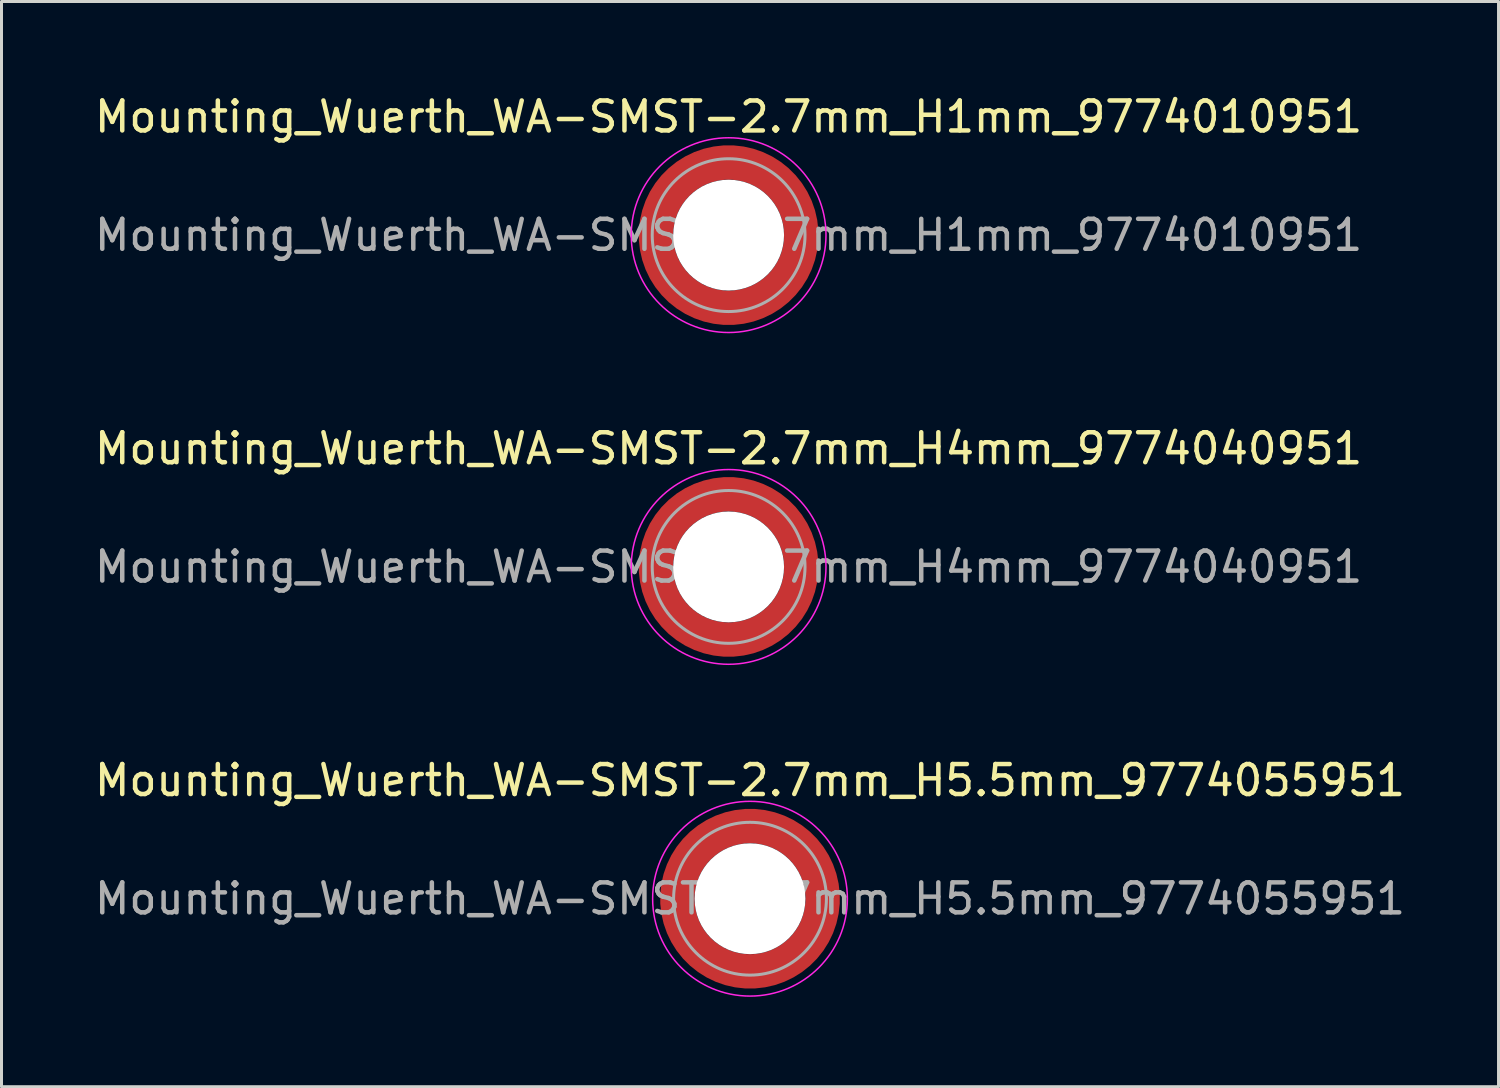
<source format=kicad_pcb>
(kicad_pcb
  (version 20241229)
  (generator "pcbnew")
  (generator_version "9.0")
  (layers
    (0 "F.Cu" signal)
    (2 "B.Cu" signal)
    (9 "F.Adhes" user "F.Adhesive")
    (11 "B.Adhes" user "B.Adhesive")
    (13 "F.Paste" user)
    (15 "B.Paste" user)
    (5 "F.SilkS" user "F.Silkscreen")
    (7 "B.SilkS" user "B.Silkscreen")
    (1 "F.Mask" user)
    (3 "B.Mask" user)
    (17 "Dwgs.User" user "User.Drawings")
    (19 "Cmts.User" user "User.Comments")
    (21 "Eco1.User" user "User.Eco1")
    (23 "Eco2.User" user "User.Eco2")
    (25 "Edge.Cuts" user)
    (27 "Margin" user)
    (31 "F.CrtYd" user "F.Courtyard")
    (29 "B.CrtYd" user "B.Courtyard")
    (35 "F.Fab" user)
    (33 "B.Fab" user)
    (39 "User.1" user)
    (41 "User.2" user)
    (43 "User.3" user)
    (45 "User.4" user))
  (footprint "Mounting_Wuerth_WA-SMST-2.7mm_H4mm_9774040951"
    (layer "F.Cu")
    (at 21.268 15.871)
    (property "Reference" "Mounting_Wuerth_WA-SMST-2.7mm_H4mm_9774040951" (at 0 -3.95 0) (layer "F.SilkS") (effects (font (size 1 1) (thickness 0.15))))
    (attr smd allow_soldermask_bridges)
    (fp_circle (center 0 0) (end 3.25 0) (stroke (width 0.05) (type solid)) (fill no) (layer "F.CrtYd"))
    (fp_circle (center 0 0) (end 2.55 0) (stroke (width 0.1) (type solid)) (fill no) (layer "F.Fab"))
    (fp_text user "${REFERENCE}" (at 0 0 0) (layer "F.Fab") (effects (font (size 1 1) (thickness 0.15))))
    (pad "" smd custom (at -1.704 -1.704) (size 0.51 0.51) (layers "F.Paste") (options (anchor circle)) (primitives (gr_arc (start -0.250195 1.279127) (mid 0.289914 0.289914) (end 1.279127 -0.250195) (width 0.2)) (gr_arc (start -0.34334 1.279127) (mid 0.225488 0.225488) (end 1.279127 -0.34334) (width 0.2)) (gr_arc (start -0.436309 1.279127) (mid 0.161063 0.161063) (end 1.279127 -0.436309) (width 0.2)) (gr_arc (start -0.529126 1.279127) (mid 0.096638 0.096638) (end 1.279127 -0.529126) (width 0.2)) (gr_arc (start -0.621807 1.279127) (mid 0.032213 0.032213) (end 1.279127 -0.621807) (width 0.2)) (gr_arc (start -0.71437 1.279127) (mid -0.032213 -0.032213) (end 1.279127 -0.71437) (width 0.2)) (gr_arc (start -0.806826 1.279127) (mid -0.096638 -0.096638) (end 1.279127 -0.806826) (width 0.2)) (gr_arc (start -0.899187 1.279127) (mid -0.161063 -0.161063) (end 1.279127 -0.899187) (width 0.2)) (gr_arc (start -0.991463 1.279127) (mid -0.225488 -0.225488) (end 1.279127 -0.991463) (width 0.2)) (gr_arc (start -1.083663 1.279127) (mid -0.289914 -0.289914) (end 1.279127 -1.083663) (width 0.2)) (gr_line (start 1.279 -0.25) (end 1.279 -1.084) (width 0.2)) (gr_line (start -0.25 1.279) (end -1.084 1.279) (width 0.2))))
    (pad "" smd custom (at -1.704 1.704) (size 0.51 0.51) (layers "F.Paste") (options (anchor circle)) (primitives (gr_arc (start 1.279127 0.250195) (mid 0.289914 -0.289914) (end -0.250195 -1.279127) (width 0.2)) (gr_arc (start 1.279127 0.34334) (mid 0.225488 -0.225488) (end -0.34334 -1.279127) (width 0.2)) (gr_arc (start 1.279127 0.436309) (mid 0.161063 -0.161063) (end -0.436309 -1.279127) (width 0.2)) (gr_arc (start 1.279127 0.529126) (mid 0.096638 -0.096638) (end -0.529126 -1.279127) (width 0.2)) (gr_arc (start 1.279127 0.621807) (mid 0.032213 -0.032213) (end -0.621807 -1.279127) (width 0.2)) (gr_arc (start 1.279127 0.71437) (mid -0.032213 0.032213) (end -0.71437 -1.279127) (width 0.2)) (gr_arc (start 1.279127 0.806826) (mid -0.096638 0.096638) (end -0.806826 -1.279127) (width 0.2)) (gr_arc (start 1.279127 0.899187) (mid -0.161063 0.161063) (end -0.899187 -1.279127) (width 0.2)) (gr_arc (start 1.279127 0.991463) (mid -0.225488 0.225488) (end -0.991463 -1.279127) (width 0.2)) (gr_arc (start 1.279127 1.083663) (mid -0.289914 0.289914) (end -1.083663 -1.279127) (width 0.2)) (gr_line (start -0.25 -1.279) (end -1.084 -1.279) (width 0.2)) (gr_line (start 1.279 0.25) (end 1.279 1.084) (width 0.2))))
    (pad "" np_thru_hole circle (at 0 0) (size 3.7 3.7) (drill 3.7) (layers "*.Cu" "*.Mask"))
    (pad "" smd custom (at 1.704 -1.704) (size 0.51 0.51) (layers "F.Paste") (options (anchor circle)) (primitives (gr_arc (start -1.279127 -0.250195) (mid -0.289914 0.289914) (end 0.250195 1.279127) (width 0.2)) (gr_arc (start -1.279127 -0.34334) (mid -0.225488 0.225488) (end 0.34334 1.279127) (width 0.2)) (gr_arc (start -1.279127 -0.436309) (mid -0.161063 0.161063) (end 0.436309 1.279127) (width 0.2)) (gr_arc (start -1.279127 -0.529126) (mid -0.096638 0.096638) (end 0.529126 1.279127) (width 0.2)) (gr_arc (start -1.279127 -0.621807) (mid -0.032213 0.032213) (end 0.621807 1.279127) (width 0.2)) (gr_arc (start -1.279127 -0.71437) (mid 0.032213 -0.032213) (end 0.71437 1.279127) (width 0.2)) (gr_arc (start -1.279127 -0.806826) (mid 0.096638 -0.096638) (end 0.806826 1.279127) (width 0.2)) (gr_arc (start -1.279127 -0.899187) (mid 0.161063 -0.161063) (end 0.899187 1.279127) (width 0.2)) (gr_arc (start -1.279127 -0.991463) (mid 0.225488 -0.225488) (end 0.991463 1.279127) (width 0.2)) (gr_arc (start -1.279127 -1.083663) (mid 0.289914 -0.289914) (end 1.083663 1.279127) (width 0.2)) (gr_line (start 0.25 1.279) (end 1.084 1.279) (width 0.2)) (gr_line (start -1.279 -0.25) (end -1.279 -1.084) (width 0.2))))
    (pad "" smd custom (at 1.704 1.704) (size 0.51 0.51) (layers "F.Paste") (options (anchor circle)) (primitives (gr_arc (start 0.250195 -1.279127) (mid -0.289914 -0.289914) (end -1.279127 0.250195) (width 0.2)) (gr_arc (start 0.34334 -1.279127) (mid -0.225488 -0.225488) (end -1.279127 0.34334) (width 0.2)) (gr_arc (start 0.436309 -1.279127) (mid -0.161063 -0.161063) (end -1.279127 0.436309) (width 0.2)) (gr_arc (start 0.529126 -1.279127) (mid -0.096638 -0.096638) (end -1.279127 0.529126) (width 0.2)) (gr_arc (start 0.621807 -1.279127) (mid -0.032213 -0.032213) (end -1.279127 0.621807) (width 0.2)) (gr_arc (start 0.71437 -1.279127) (mid 0.032213 0.032213) (end -1.279127 0.71437) (width 0.2)) (gr_arc (start 0.806826 -1.279127) (mid 0.096638 0.096638) (end -1.279127 0.806826) (width 0.2)) (gr_arc (start 0.899187 -1.279127) (mid 0.161063 0.161063) (end -1.279127 0.899187) (width 0.2)) (gr_arc (start 0.991463 -1.279127) (mid 0.225488 0.225488) (end -1.279127 0.991463) (width 0.2)) (gr_arc (start 1.083663 -1.279127) (mid 0.289914 0.289914) (end -1.279127 1.083663) (width 0.2)) (gr_line (start -1.279 0.25) (end -1.279 1.084) (width 0.2)) (gr_line (start 0.25 -1.279) (end 1.084 -1.279) (width 0.2))))
    (pad "1" smd circle (at -2.425 0) (size 0.642 0.642) (layers "F.Cu"))
    (pad "1" smd circle (at 0 -2.425) (size 0.642 0.642) (layers "F.Cu"))
    (pad "1" smd circle (at 0 2.425) (size 0.642 0.642) (layers "F.Cu"))
    (pad "1" smd custom (at 2.425 0) (size 1.15 1.15) (layers "F.Cu" "F.Mask") (options (anchor circle)) (primitives (gr_circle (center -2.425 0) (end 0 0) (width 1.15) (fill no)))))
  (footprint "Mounting_Wuerth_WA-SMST-2.7mm_H1mm_9774010951"
    (layer "F.Cu")
    (at 21.268 4.798)
    (property "Reference" "Mounting_Wuerth_WA-SMST-2.7mm_H1mm_9774010951" (at 0 -3.95 0) (layer "F.SilkS") (effects (font (size 1 1) (thickness 0.15))))
    (attr smd allow_soldermask_bridges)
    (fp_circle (center 0 0) (end 3.25 0) (stroke (width 0.05) (type solid)) (fill no) (layer "F.CrtYd"))
    (fp_circle (center 0 0) (end 2.55 0) (stroke (width 0.1) (type solid)) (fill no) (layer "F.Fab"))
    (fp_text user "${REFERENCE}" (at 0 0 0) (layer "F.Fab") (effects (font (size 1 1) (thickness 0.15))))
    (pad "" smd custom (at -1.704 -1.704) (size 0.51 0.51) (layers "F.Paste") (options (anchor circle)) (primitives (gr_arc (start -0.250195 1.279127) (mid 0.289914 0.289914) (end 1.279127 -0.250195) (width 0.2)) (gr_arc (start -0.34334 1.279127) (mid 0.225488 0.225488) (end 1.279127 -0.34334) (width 0.2)) (gr_arc (start -0.436309 1.279127) (mid 0.161063 0.161063) (end 1.279127 -0.436309) (width 0.2)) (gr_arc (start -0.529126 1.279127) (mid 0.096638 0.096638) (end 1.279127 -0.529126) (width 0.2)) (gr_arc (start -0.621807 1.279127) (mid 0.032213 0.032213) (end 1.279127 -0.621807) (width 0.2)) (gr_arc (start -0.71437 1.279127) (mid -0.032213 -0.032213) (end 1.279127 -0.71437) (width 0.2)) (gr_arc (start -0.806826 1.279127) (mid -0.096638 -0.096638) (end 1.279127 -0.806826) (width 0.2)) (gr_arc (start -0.899187 1.279127) (mid -0.161063 -0.161063) (end 1.279127 -0.899187) (width 0.2)) (gr_arc (start -0.991463 1.279127) (mid -0.225488 -0.225488) (end 1.279127 -0.991463) (width 0.2)) (gr_arc (start -1.083663 1.279127) (mid -0.289914 -0.289914) (end 1.279127 -1.083663) (width 0.2)) (gr_line (start 1.279 -0.25) (end 1.279 -1.084) (width 0.2)) (gr_line (start -0.25 1.279) (end -1.084 1.279) (width 0.2))))
    (pad "" smd custom (at -1.704 1.704) (size 0.51 0.51) (layers "F.Paste") (options (anchor circle)) (primitives (gr_arc (start 1.279127 0.250195) (mid 0.289914 -0.289914) (end -0.250195 -1.279127) (width 0.2)) (gr_arc (start 1.279127 0.34334) (mid 0.225488 -0.225488) (end -0.34334 -1.279127) (width 0.2)) (gr_arc (start 1.279127 0.436309) (mid 0.161063 -0.161063) (end -0.436309 -1.279127) (width 0.2)) (gr_arc (start 1.279127 0.529126) (mid 0.096638 -0.096638) (end -0.529126 -1.279127) (width 0.2)) (gr_arc (start 1.279127 0.621807) (mid 0.032213 -0.032213) (end -0.621807 -1.279127) (width 0.2)) (gr_arc (start 1.279127 0.71437) (mid -0.032213 0.032213) (end -0.71437 -1.279127) (width 0.2)) (gr_arc (start 1.279127 0.806826) (mid -0.096638 0.096638) (end -0.806826 -1.279127) (width 0.2)) (gr_arc (start 1.279127 0.899187) (mid -0.161063 0.161063) (end -0.899187 -1.279127) (width 0.2)) (gr_arc (start 1.279127 0.991463) (mid -0.225488 0.225488) (end -0.991463 -1.279127) (width 0.2)) (gr_arc (start 1.279127 1.083663) (mid -0.289914 0.289914) (end -1.083663 -1.279127) (width 0.2)) (gr_line (start -0.25 -1.279) (end -1.084 -1.279) (width 0.2)) (gr_line (start 1.279 0.25) (end 1.279 1.084) (width 0.2))))
    (pad "" np_thru_hole circle (at 0 0) (size 3.7 3.7) (drill 3.7) (layers "*.Cu" "*.Mask"))
    (pad "" smd custom (at 1.704 -1.704) (size 0.51 0.51) (layers "F.Paste") (options (anchor circle)) (primitives (gr_arc (start -1.279127 -0.250195) (mid -0.289914 0.289914) (end 0.250195 1.279127) (width 0.2)) (gr_arc (start -1.279127 -0.34334) (mid -0.225488 0.225488) (end 0.34334 1.279127) (width 0.2)) (gr_arc (start -1.279127 -0.436309) (mid -0.161063 0.161063) (end 0.436309 1.279127) (width 0.2)) (gr_arc (start -1.279127 -0.529126) (mid -0.096638 0.096638) (end 0.529126 1.279127) (width 0.2)) (gr_arc (start -1.279127 -0.621807) (mid -0.032213 0.032213) (end 0.621807 1.279127) (width 0.2)) (gr_arc (start -1.279127 -0.71437) (mid 0.032213 -0.032213) (end 0.71437 1.279127) (width 0.2)) (gr_arc (start -1.279127 -0.806826) (mid 0.096638 -0.096638) (end 0.806826 1.279127) (width 0.2)) (gr_arc (start -1.279127 -0.899187) (mid 0.161063 -0.161063) (end 0.899187 1.279127) (width 0.2)) (gr_arc (start -1.279127 -0.991463) (mid 0.225488 -0.225488) (end 0.991463 1.279127) (width 0.2)) (gr_arc (start -1.279127 -1.083663) (mid 0.289914 -0.289914) (end 1.083663 1.279127) (width 0.2)) (gr_line (start 0.25 1.279) (end 1.084 1.279) (width 0.2)) (gr_line (start -1.279 -0.25) (end -1.279 -1.084) (width 0.2))))
    (pad "" smd custom (at 1.704 1.704) (size 0.51 0.51) (layers "F.Paste") (options (anchor circle)) (primitives (gr_arc (start 0.250195 -1.279127) (mid -0.289914 -0.289914) (end -1.279127 0.250195) (width 0.2)) (gr_arc (start 0.34334 -1.279127) (mid -0.225488 -0.225488) (end -1.279127 0.34334) (width 0.2)) (gr_arc (start 0.436309 -1.279127) (mid -0.161063 -0.161063) (end -1.279127 0.436309) (width 0.2)) (gr_arc (start 0.529126 -1.279127) (mid -0.096638 -0.096638) (end -1.279127 0.529126) (width 0.2)) (gr_arc (start 0.621807 -1.279127) (mid -0.032213 -0.032213) (end -1.279127 0.621807) (width 0.2)) (gr_arc (start 0.71437 -1.279127) (mid 0.032213 0.032213) (end -1.279127 0.71437) (width 0.2)) (gr_arc (start 0.806826 -1.279127) (mid 0.096638 0.096638) (end -1.279127 0.806826) (width 0.2)) (gr_arc (start 0.899187 -1.279127) (mid 0.161063 0.161063) (end -1.279127 0.899187) (width 0.2)) (gr_arc (start 0.991463 -1.279127) (mid 0.225488 0.225488) (end -1.279127 0.991463) (width 0.2)) (gr_arc (start 1.083663 -1.279127) (mid 0.289914 0.289914) (end -1.279127 1.083663) (width 0.2)) (gr_line (start -1.279 0.25) (end -1.279 1.084) (width 0.2)) (gr_line (start 0.25 -1.279) (end 1.084 -1.279) (width 0.2))))
    (pad "1" smd circle (at -2.425 0) (size 0.642 0.642) (layers "F.Cu"))
    (pad "1" smd circle (at 0 -2.425) (size 0.642 0.642) (layers "F.Cu"))
    (pad "1" smd circle (at 0 2.425) (size 0.642 0.642) (layers "F.Cu"))
    (pad "1" smd custom (at 2.425 0) (size 1.15 1.15) (layers "F.Cu" "F.Mask") (options (anchor circle)) (primitives (gr_circle (center -2.425 0) (end 0 0) (width 1.15) (fill no)))))
  (footprint "Mounting_Wuerth_WA-SMST-2.7mm_H5.5mm_9774055951"
    (layer "F.Cu")
    (at 21.982 26.945)
    (property "Reference" "Mounting_Wuerth_WA-SMST-2.7mm_H5.5mm_9774055951" (at 0 -3.95 0) (layer "F.SilkS") (effects (font (size 1 1) (thickness 0.15))))
    (attr smd allow_soldermask_bridges)
    (fp_circle (center 0 0) (end 3.25 0) (stroke (width 0.05) (type solid)) (fill no) (layer "F.CrtYd"))
    (fp_circle (center 0 0) (end 2.55 0) (stroke (width 0.1) (type solid)) (fill no) (layer "F.Fab"))
    (fp_text user "${REFERENCE}" (at 0 0 0) (layer "F.Fab") (effects (font (size 1 1) (thickness 0.15))))
    (pad "" smd custom (at -1.704 -1.704) (size 0.51 0.51) (layers "F.Paste") (options (anchor circle)) (primitives (gr_arc (start -0.250195 1.279127) (mid 0.289914 0.289914) (end 1.279127 -0.250195) (width 0.2)) (gr_arc (start -0.34334 1.279127) (mid 0.225488 0.225488) (end 1.279127 -0.34334) (width 0.2)) (gr_arc (start -0.436309 1.279127) (mid 0.161063 0.161063) (end 1.279127 -0.436309) (width 0.2)) (gr_arc (start -0.529126 1.279127) (mid 0.096638 0.096638) (end 1.279127 -0.529126) (width 0.2)) (gr_arc (start -0.621807 1.279127) (mid 0.032213 0.032213) (end 1.279127 -0.621807) (width 0.2)) (gr_arc (start -0.71437 1.279127) (mid -0.032213 -0.032213) (end 1.279127 -0.71437) (width 0.2)) (gr_arc (start -0.806826 1.279127) (mid -0.096638 -0.096638) (end 1.279127 -0.806826) (width 0.2)) (gr_arc (start -0.899187 1.279127) (mid -0.161063 -0.161063) (end 1.279127 -0.899187) (width 0.2)) (gr_arc (start -0.991463 1.279127) (mid -0.225488 -0.225488) (end 1.279127 -0.991463) (width 0.2)) (gr_arc (start -1.083663 1.279127) (mid -0.289914 -0.289914) (end 1.279127 -1.083663) (width 0.2)) (gr_line (start 1.279 -0.25) (end 1.279 -1.084) (width 0.2)) (gr_line (start -0.25 1.279) (end -1.084 1.279) (width 0.2))))
    (pad "" smd custom (at -1.704 1.704) (size 0.51 0.51) (layers "F.Paste") (options (anchor circle)) (primitives (gr_arc (start 1.279127 0.250195) (mid 0.289914 -0.289914) (end -0.250195 -1.279127) (width 0.2)) (gr_arc (start 1.279127 0.34334) (mid 0.225488 -0.225488) (end -0.34334 -1.279127) (width 0.2)) (gr_arc (start 1.279127 0.436309) (mid 0.161063 -0.161063) (end -0.436309 -1.279127) (width 0.2)) (gr_arc (start 1.279127 0.529126) (mid 0.096638 -0.096638) (end -0.529126 -1.279127) (width 0.2)) (gr_arc (start 1.279127 0.621807) (mid 0.032213 -0.032213) (end -0.621807 -1.279127) (width 0.2)) (gr_arc (start 1.279127 0.71437) (mid -0.032213 0.032213) (end -0.71437 -1.279127) (width 0.2)) (gr_arc (start 1.279127 0.806826) (mid -0.096638 0.096638) (end -0.806826 -1.279127) (width 0.2)) (gr_arc (start 1.279127 0.899187) (mid -0.161063 0.161063) (end -0.899187 -1.279127) (width 0.2)) (gr_arc (start 1.279127 0.991463) (mid -0.225488 0.225488) (end -0.991463 -1.279127) (width 0.2)) (gr_arc (start 1.279127 1.083663) (mid -0.289914 0.289914) (end -1.083663 -1.279127) (width 0.2)) (gr_line (start -0.25 -1.279) (end -1.084 -1.279) (width 0.2)) (gr_line (start 1.279 0.25) (end 1.279 1.084) (width 0.2))))
    (pad "" np_thru_hole circle (at 0 0) (size 3.7 3.7) (drill 3.7) (layers "*.Cu" "*.Mask"))
    (pad "" smd custom (at 1.704 -1.704) (size 0.51 0.51) (layers "F.Paste") (options (anchor circle)) (primitives (gr_arc (start -1.279127 -0.250195) (mid -0.289914 0.289914) (end 0.250195 1.279127) (width 0.2)) (gr_arc (start -1.279127 -0.34334) (mid -0.225488 0.225488) (end 0.34334 1.279127) (width 0.2)) (gr_arc (start -1.279127 -0.436309) (mid -0.161063 0.161063) (end 0.436309 1.279127) (width 0.2)) (gr_arc (start -1.279127 -0.529126) (mid -0.096638 0.096638) (end 0.529126 1.279127) (width 0.2)) (gr_arc (start -1.279127 -0.621807) (mid -0.032213 0.032213) (end 0.621807 1.279127) (width 0.2)) (gr_arc (start -1.279127 -0.71437) (mid 0.032213 -0.032213) (end 0.71437 1.279127) (width 0.2)) (gr_arc (start -1.279127 -0.806826) (mid 0.096638 -0.096638) (end 0.806826 1.279127) (width 0.2)) (gr_arc (start -1.279127 -0.899187) (mid 0.161063 -0.161063) (end 0.899187 1.279127) (width 0.2)) (gr_arc (start -1.279127 -0.991463) (mid 0.225488 -0.225488) (end 0.991463 1.279127) (width 0.2)) (gr_arc (start -1.279127 -1.083663) (mid 0.289914 -0.289914) (end 1.083663 1.279127) (width 0.2)) (gr_line (start 0.25 1.279) (end 1.084 1.279) (width 0.2)) (gr_line (start -1.279 -0.25) (end -1.279 -1.084) (width 0.2))))
    (pad "" smd custom (at 1.704 1.704) (size 0.51 0.51) (layers "F.Paste") (options (anchor circle)) (primitives (gr_arc (start 0.250195 -1.279127) (mid -0.289914 -0.289914) (end -1.279127 0.250195) (width 0.2)) (gr_arc (start 0.34334 -1.279127) (mid -0.225488 -0.225488) (end -1.279127 0.34334) (width 0.2)) (gr_arc (start 0.436309 -1.279127) (mid -0.161063 -0.161063) (end -1.279127 0.436309) (width 0.2)) (gr_arc (start 0.529126 -1.279127) (mid -0.096638 -0.096638) (end -1.279127 0.529126) (width 0.2)) (gr_arc (start 0.621807 -1.279127) (mid -0.032213 -0.032213) (end -1.279127 0.621807) (width 0.2)) (gr_arc (start 0.71437 -1.279127) (mid 0.032213 0.032213) (end -1.279127 0.71437) (width 0.2)) (gr_arc (start 0.806826 -1.279127) (mid 0.096638 0.096638) (end -1.279127 0.806826) (width 0.2)) (gr_arc (start 0.899187 -1.279127) (mid 0.161063 0.161063) (end -1.279127 0.899187) (width 0.2)) (gr_arc (start 0.991463 -1.279127) (mid 0.225488 0.225488) (end -1.279127 0.991463) (width 0.2)) (gr_arc (start 1.083663 -1.279127) (mid 0.289914 0.289914) (end -1.279127 1.083663) (width 0.2)) (gr_line (start -1.279 0.25) (end -1.279 1.084) (width 0.2)) (gr_line (start 0.25 -1.279) (end 1.084 -1.279) (width 0.2))))
    (pad "1" smd circle (at -2.425 0) (size 0.642 0.642) (layers "F.Cu"))
    (pad "1" smd circle (at 0 -2.425) (size 0.642 0.642) (layers "F.Cu"))
    (pad "1" smd circle (at 0 2.425) (size 0.642 0.642) (layers "F.Cu"))
    (pad "1" smd custom (at 2.425 0) (size 1.15 1.15) (layers "F.Cu" "F.Mask") (options (anchor circle)) (primitives (gr_circle (center -2.425 0) (end 0 0) (width 1.15) (fill no)))))
  (gr_rect
    (start -3 -3)
    (end 46.964 33.22)
    (stroke (width 0.1) (type default))
    (fill no)
    (layer "Edge.Cuts")))
</source>
